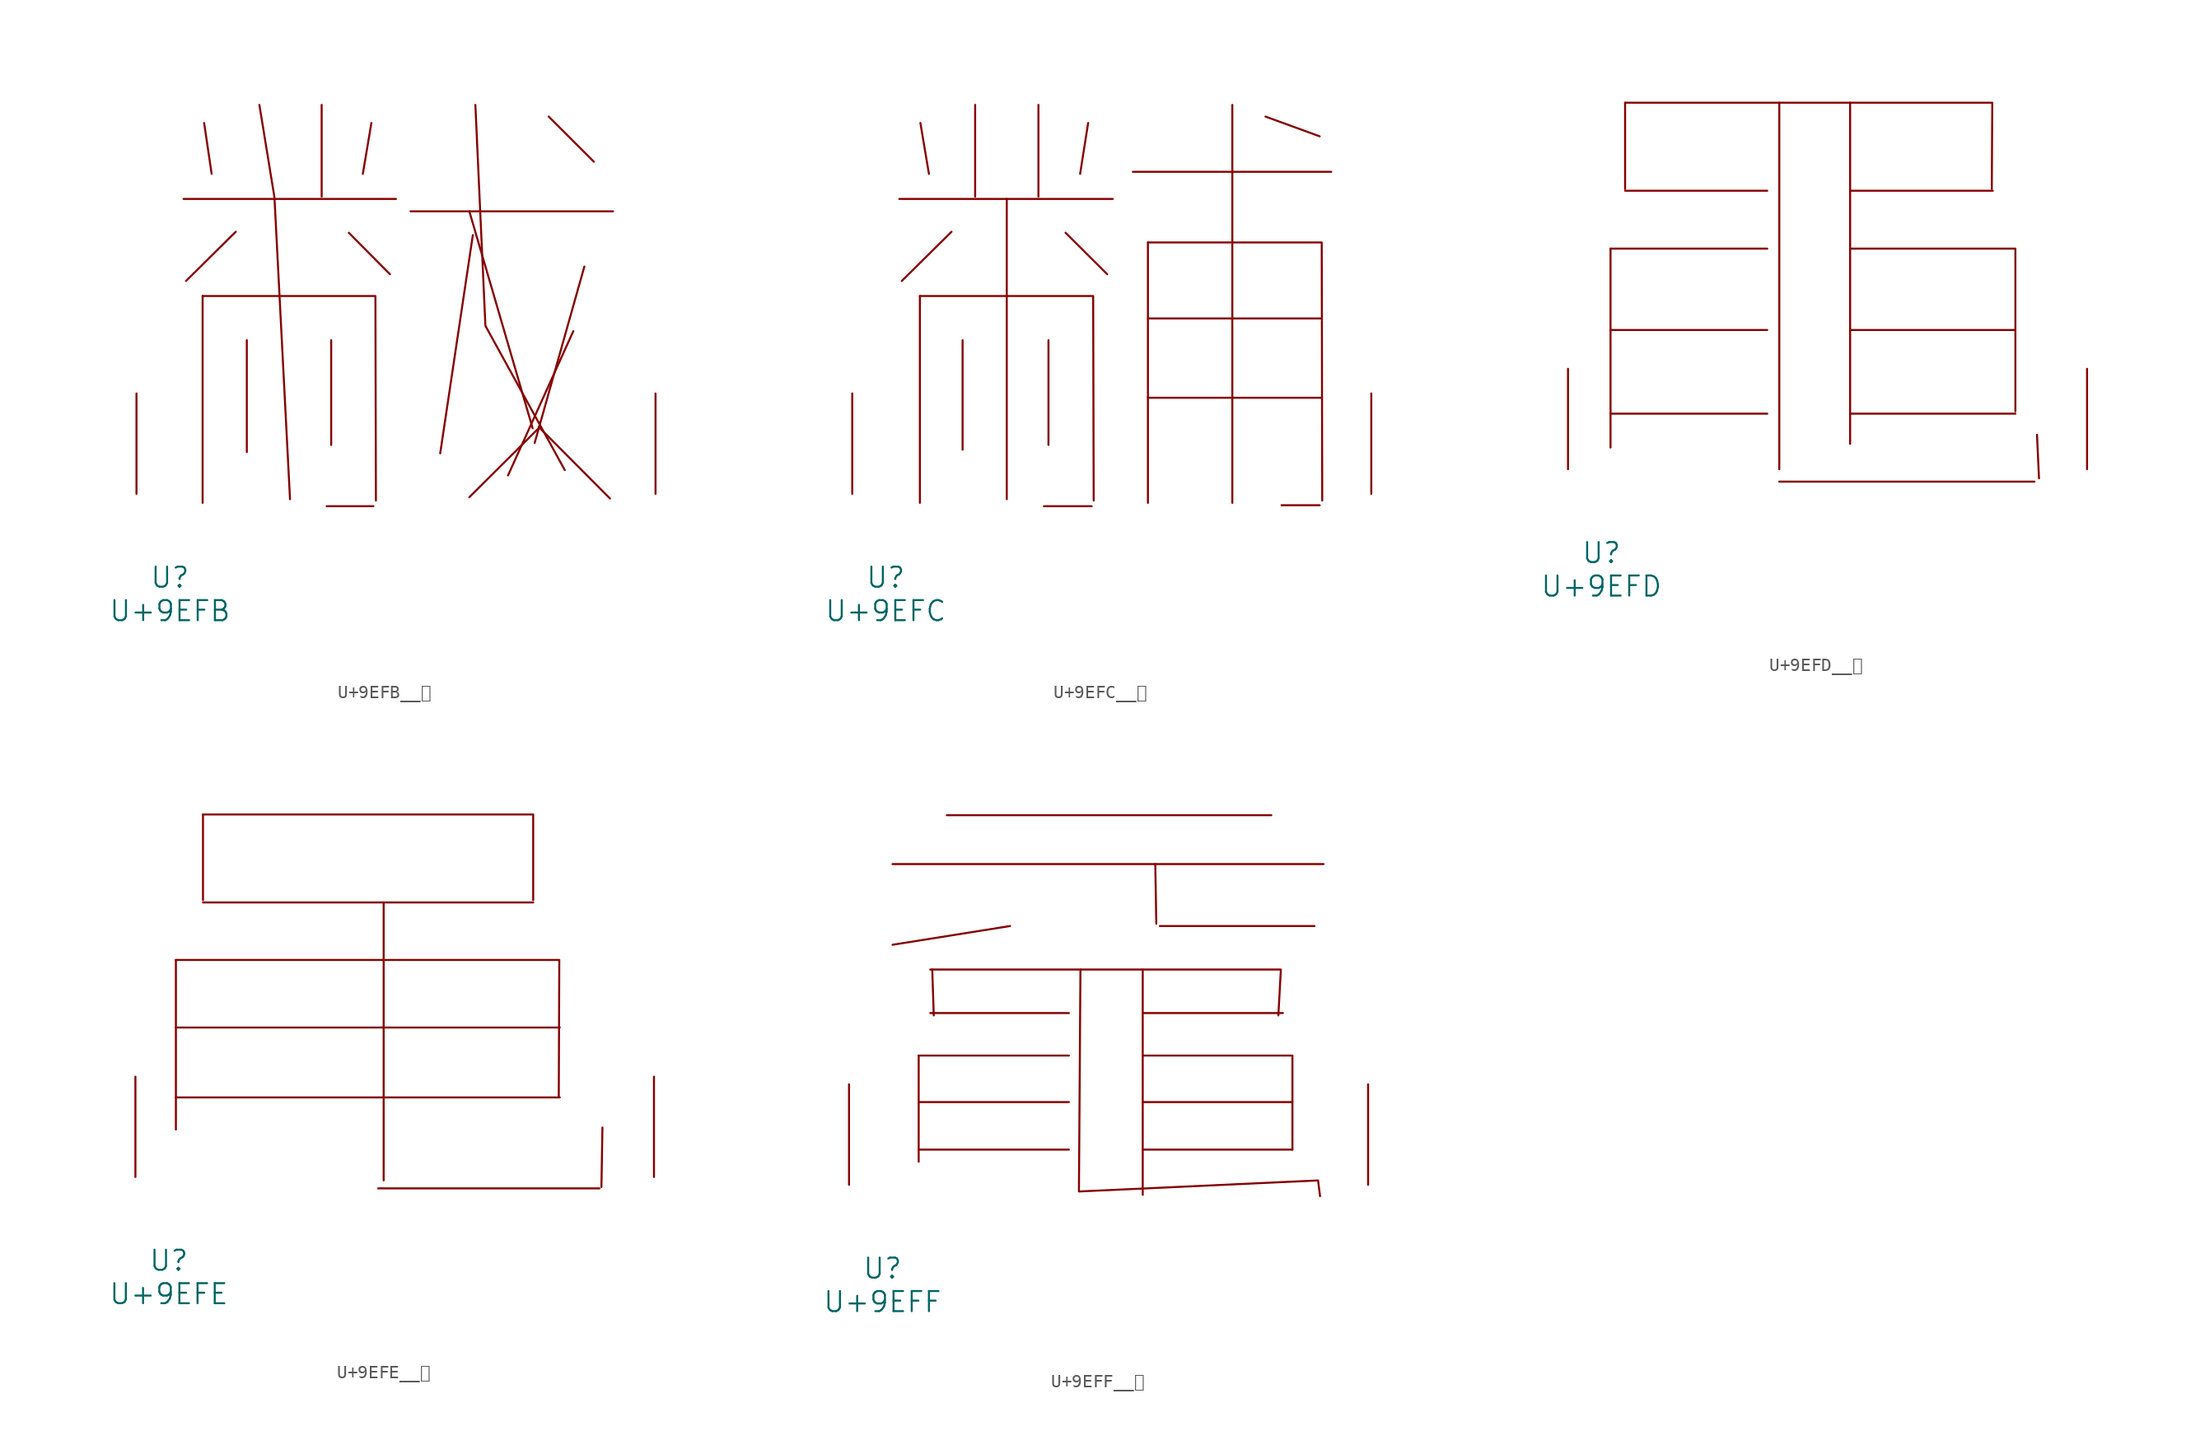
<source format=kicad_sym>
(kicad_symbol_lib
  (version 20231120)
  (generator "kicad_symbol_editor")
  (generator_version "8.0")
  (symbol "U+9EFB__黻"
    (pin_names
      (offset 1.016))
    (property "Reference" "U"
      (at 0 -6.35 0)
      (effects (font (size 1.524 1.524))))
    (property "Value" "U+9EFB"
      (at 0 -8.89 0)
      (effects (font (size 1.524 1.524))))
    (symbol "U+9EFB__黻_0_1"
      (polyline (pts (xy 1.029 22.377) (xy 17.145 22.377)) (stroke (width 0) (type solid)) (fill (type none)))
      (polyline (pts (xy 2.477 15.011) (xy 2.477 -0.686)) (stroke (width 0) (type solid)) (fill (type none)))
      (polyline (pts (xy 2.591 28.143) (xy 3.162 24.282)) (stroke (width 0) (type solid)) (fill (type none)))
      (polyline (pts (xy 4.991 19.888) (xy 1.219 16.154)) (stroke (width 0) (type solid)) (fill (type none)))
      (polyline (pts (xy 5.829 11.659) (xy 5.829 3.175)) (stroke (width 0) (type solid)) (fill (type none)))
      (polyline (pts (xy 11.506 29.515) (xy 11.506 22.555)) (stroke (width 0) (type solid)) (fill (type none)))
      (polyline (pts (xy 11.887 -0.94) (xy 15.431 -0.94)) (stroke (width 0) (type solid)) (fill (type none)))
      (polyline (pts (xy 12.23 11.659) (xy 12.23 3.708)) (stroke (width 0) (type solid)) (fill (type none)))
      (polyline (pts (xy 13.564 19.812) (xy 16.688 16.662)) (stroke (width 0) (type solid)) (fill (type none)))
      (polyline (pts (xy 15.278 28.143) (xy 14.63 24.282)) (stroke (width 0) (type solid)) (fill (type none)))
      (polyline (pts (xy 18.25 21.438) (xy 33.604 21.438)) (stroke (width 0) (type solid)) (fill (type none)))
      (polyline (pts (xy 22.708 21.438) (xy 27.508 4.978)) (stroke (width 0) (type solid)) (fill (type none)))
      (polyline (pts (xy 22.974 19.634) (xy 20.498 3.073)) (stroke (width 0) (type solid)) (fill (type none)))
      (polyline (pts (xy 27.965 4.978) (xy 22.708 -0.254)) (stroke (width 0) (type solid)) (fill (type none)))
      (polyline (pts (xy 27.965 5.08) (xy 33.376 -0.356)) (stroke (width 0) (type solid)) (fill (type none)))
      (polyline (pts (xy 28.727 28.626) (xy 32.156 25.197)) (stroke (width 0) (type solid)) (fill (type none)))
      (polyline (pts (xy 30.594 12.344) (xy 25.641 1.397)) (stroke (width 0) (type solid)) (fill (type none)))
      (polyline (pts (xy 31.433 17.247) (xy 27.661 3.861)) (stroke (width 0) (type solid)) (fill (type none)))
      (polyline (pts (xy 2.477 15.011) (xy 15.583 15.011) (xy 15.621 -0.508)) (stroke (width 0) (type solid)) (fill (type none)))
      (polyline (pts (xy 6.782 29.515) (xy 7.925 22.504) (xy 9.106 -0.406)) (stroke (width 0) (type solid)) (fill (type none)))
      (polyline (pts (xy 23.165 29.515) (xy 23.927 12.751) (xy 29.947 1.803)) (stroke (width 0) (type solid)) (fill (type none)))
      (pin input line (at -2.54 0 90) (length 7.62) (name "~" (effects (font (size 1.27 1.27)))) (number "~" (effects (font (size 1.27 1.27)))))
      (pin input line (at 36.83 0 90) (length 7.62) (name "~" (effects (font (size 1.27 1.27)))) (number "~" (effects (font (size 1.27 1.27)))))))
  (symbol "U+9EFC__黼"
    (pin_names
      (offset 1.016))
    (property "Reference" "U"
      (at 0 -6.35 0)
      (effects (font (size 1.524 1.524))))
    (property "Value" "U+9EFC"
      (at 0 -8.89 0)
      (effects (font (size 1.524 1.524))))
    (symbol "U+9EFC__黼_0_1"
      (polyline (pts (xy 1.029 22.377) (xy 17.221 22.377)) (stroke (width 0) (type solid)) (fill (type none)))
      (polyline (pts (xy 2.591 15.011) (xy 2.591 -0.686)) (stroke (width 0) (type solid)) (fill (type none)))
      (polyline (pts (xy 2.629 28.143) (xy 3.277 24.282)) (stroke (width 0) (type solid)) (fill (type none)))
      (polyline (pts (xy 4.991 19.888) (xy 1.219 16.154)) (stroke (width 0) (type solid)) (fill (type none)))
      (polyline (pts (xy 5.829 11.659) (xy 5.829 3.353)) (stroke (width 0) (type solid)) (fill (type none)))
      (polyline (pts (xy 6.782 29.515) (xy 6.782 22.555)) (stroke (width 0) (type solid)) (fill (type none)))
      (polyline (pts (xy 9.182 22.377) (xy 9.182 -0.406)) (stroke (width 0) (type solid)) (fill (type none)))
      (polyline (pts (xy 11.582 29.515) (xy 11.582 22.555)) (stroke (width 0) (type solid)) (fill (type none)))
      (polyline (pts (xy 12.002 -0.94) (xy 15.621 -0.94)) (stroke (width 0) (type solid)) (fill (type none)))
      (polyline (pts (xy 12.344 11.659) (xy 12.344 3.708)) (stroke (width 0) (type solid)) (fill (type none)))
      (polyline (pts (xy 13.64 19.812) (xy 16.802 16.662)) (stroke (width 0) (type solid)) (fill (type none)))
      (polyline (pts (xy 15.354 28.143) (xy 14.745 24.282)) (stroke (width 0) (type solid)) (fill (type none)))
      (polyline (pts (xy 18.745 24.435) (xy 33.795 24.435)) (stroke (width 0) (type solid)) (fill (type none)))
      (polyline (pts (xy 19.888 7.29) (xy 33.033 7.29)) (stroke (width 0) (type solid)) (fill (type none)))
      (polyline (pts (xy 19.888 13.31) (xy 33.033 13.31)) (stroke (width 0) (type solid)) (fill (type none)))
      (polyline (pts (xy 19.888 19.075) (xy 19.888 -0.686)) (stroke (width 0) (type solid)) (fill (type none)))
      (polyline (pts (xy 26.289 29.515) (xy 26.289 -0.686)) (stroke (width 0) (type solid)) (fill (type none)))
      (polyline (pts (xy 28.804 28.626) (xy 32.918 27.127)) (stroke (width 0) (type solid)) (fill (type none)))
      (polyline (pts (xy 30.023 -0.864) (xy 32.918 -0.864)) (stroke (width 0) (type solid)) (fill (type none)))
      (polyline (pts (xy 2.591 15.011) (xy 15.735 15.011) (xy 15.773 -0.508)) (stroke (width 0) (type solid)) (fill (type none)))
      (polyline (pts (xy 19.888 19.075) (xy 33.071 19.075) (xy 33.109 -0.508)) (stroke (width 0) (type solid)) (fill (type none)))
      (pin input line (at -2.54 0 90) (length 7.62) (name "~" (effects (font (size 1.27 1.27)))) (number "~" (effects (font (size 1.27 1.27)))))
      (pin input line (at 36.83 0 90) (length 7.62) (name "~" (effects (font (size 1.27 1.27)))) (number "~" (effects (font (size 1.27 1.27)))))))
  (symbol "U+9EFD__黽"
    (pin_names
      (offset 1.016))
    (property "Reference" "U"
      (at 0 -6.35 0)
      (effects (font (size 1.524 1.524))))
    (property "Value" "U+9EFD"
      (at 0 -8.89 0)
      (effects (font (size 1.524 1.524))))
    (symbol "U+9EFD__黽_0_1"
      (polyline (pts (xy 0.686 4.216) (xy 12.573 4.216)) (stroke (width 0) (type solid)) (fill (type none)))
      (polyline (pts (xy 0.686 10.566) (xy 12.573 10.566)) (stroke (width 0) (type solid)) (fill (type none)))
      (polyline (pts (xy 0.686 16.739) (xy 0.686 1.651)) (stroke (width 0) (type solid)) (fill (type none)))
      (polyline (pts (xy 0.686 16.739) (xy 12.573 16.739)) (stroke (width 0) (type solid)) (fill (type none)))
      (polyline (pts (xy 1.791 21.133) (xy 12.573 21.133)) (stroke (width 0) (type solid)) (fill (type none)))
      (polyline (pts (xy 1.791 27.813) (xy 1.791 21.26)) (stroke (width 0) (type solid)) (fill (type none)))
      (polyline (pts (xy 13.487 -0.94) (xy 32.842 -0.94)) (stroke (width 0) (type solid)) (fill (type none)))
      (polyline (pts (xy 13.487 27.813) (xy 13.487 0)) (stroke (width 0) (type solid)) (fill (type none)))
      (polyline (pts (xy 18.86 4.216) (xy 31.394 4.216)) (stroke (width 0) (type solid)) (fill (type none)))
      (polyline (pts (xy 18.86 10.566) (xy 31.394 10.566)) (stroke (width 0) (type solid)) (fill (type none)))
      (polyline (pts (xy 18.86 21.133) (xy 29.68 21.133)) (stroke (width 0) (type solid)) (fill (type none)))
      (polyline (pts (xy 18.86 27.813) (xy 18.86 1.93)) (stroke (width 0) (type solid)) (fill (type none)))
      (polyline (pts (xy 33.033 2.616) (xy 33.185 -0.686)) (stroke (width 0) (type solid)) (fill (type none)))
      (polyline (pts (xy 1.791 27.813) (xy 29.642 27.813) (xy 29.604 21.26)) (stroke (width 0) (type solid)) (fill (type none)))
      (polyline (pts (xy 18.86 16.739) (xy 31.394 16.739) (xy 31.394 4.394)) (stroke (width 0) (type solid)) (fill (type none)))
      (pin input line (at -2.54 0 90) (length 7.62) (name "~" (effects (font (size 1.27 1.27)))) (number "~" (effects (font (size 1.27 1.27)))))
      (pin input line (at 36.83 0 90) (length 7.62) (name "~" (effects (font (size 1.27 1.27)))) (number "~" (effects (font (size 1.27 1.27)))))))
  (symbol "U+9EFE__黾"
    (pin_names
      (offset 1.016))
    (property "Reference" "U"
      (at 0 -6.35 0)
      (effects (font (size 1.524 1.524))))
    (property "Value" "U+9EFE"
      (at 0 -8.89 0)
      (effects (font (size 1.524 1.524))))
    (symbol "U+9EFE__黾_0_1"
      (polyline (pts (xy 0.533 6.045) (xy 29.68 6.045)) (stroke (width 0) (type solid)) (fill (type none)))
      (polyline (pts (xy 0.533 11.354) (xy 29.68 11.354)) (stroke (width 0) (type solid)) (fill (type none)))
      (polyline (pts (xy 0.533 16.485) (xy 0.533 3.607)) (stroke (width 0) (type solid)) (fill (type none)))
      (polyline (pts (xy 2.591 20.853) (xy 27.661 20.853)) (stroke (width 0) (type solid)) (fill (type none)))
      (polyline (pts (xy 2.591 27.534) (xy 2.591 21.031)) (stroke (width 0) (type solid)) (fill (type none)))
      (polyline (pts (xy 15.888 -0.864) (xy 32.69 -0.864)) (stroke (width 0) (type solid)) (fill (type none)))
      (polyline (pts (xy 16.307 20.853) (xy 16.307 -0.254)) (stroke (width 0) (type solid)) (fill (type none)))
      (polyline (pts (xy 32.918 3.759) (xy 32.842 -0.762)) (stroke (width 0) (type solid)) (fill (type none)))
      (polyline (pts (xy 0.533 16.485) (xy 29.642 16.485) (xy 29.604 6.096)) (stroke (width 0) (type solid)) (fill (type none)))
      (polyline (pts (xy 2.591 27.534) (xy 27.661 27.534) (xy 27.661 21.031)) (stroke (width 0) (type solid)) (fill (type none)))
      (pin input line (at -2.54 0 90) (length 7.62) (name "~" (effects (font (size 1.27 1.27)))) (number "~" (effects (font (size 1.27 1.27)))))
      (pin input line (at 36.83 0 90) (length 7.62) (name "~" (effects (font (size 1.27 1.27)))) (number "~" (effects (font (size 1.27 1.27)))))))
  (symbol "U+9EFF__黿"
    (pin_names
      (offset 1.016))
    (property "Reference" "U"
      (at 0 -6.35 0)
      (effects (font (size 1.524 1.524))))
    (property "Value" "U+9EFF"
      (at 0 -8.89 0)
      (effects (font (size 1.524 1.524))))
    (symbol "U+9EFF__黿_0_1"
      (polyline (pts (xy 0.762 24.333) (xy 33.452 24.333)) (stroke (width 0) (type solid)) (fill (type none)))
      (polyline (pts (xy 2.743 2.667) (xy 14.135 2.667)) (stroke (width 0) (type solid)) (fill (type none)))
      (polyline (pts (xy 2.743 6.274) (xy 14.135 6.274)) (stroke (width 0) (type solid)) (fill (type none)))
      (polyline (pts (xy 2.743 9.804) (xy 2.743 1.753)) (stroke (width 0) (type solid)) (fill (type none)))
      (polyline (pts (xy 2.743 9.804) (xy 14.135 9.804)) (stroke (width 0) (type solid)) (fill (type none)))
      (polyline (pts (xy 3.619 13.03) (xy 14.135 13.03)) (stroke (width 0) (type solid)) (fill (type none)))
      (polyline (pts (xy 3.772 16.332) (xy 3.886 12.852)) (stroke (width 0) (type solid)) (fill (type none)))
      (polyline (pts (xy 4.877 28.042) (xy 29.489 28.042)) (stroke (width 0) (type solid)) (fill (type none)))
      (polyline (pts (xy 9.677 19.634) (xy 0.762 18.212)) (stroke (width 0) (type solid)) (fill (type none)))
      (polyline (pts (xy 19.736 2.667) (xy 31.09 2.667)) (stroke (width 0) (type solid)) (fill (type none)))
      (polyline (pts (xy 19.736 6.274) (xy 31.09 6.274)) (stroke (width 0) (type solid)) (fill (type none)))
      (polyline (pts (xy 19.736 13.03) (xy 30.366 13.03)) (stroke (width 0) (type solid)) (fill (type none)))
      (polyline (pts (xy 19.736 16.332) (xy 19.736 -0.762)) (stroke (width 0) (type solid)) (fill (type none)))
      (polyline (pts (xy 20.688 24.333) (xy 20.765 19.812)) (stroke (width 0) (type solid)) (fill (type none)))
      (polyline (pts (xy 21.031 19.634) (xy 32.766 19.634)) (stroke (width 0) (type solid)) (fill (type none)))
      (polyline (pts (xy 3.619 16.332) (xy 30.213 16.332) (xy 30.023 12.852)) (stroke (width 0) (type solid)) (fill (type none)))
      (polyline (pts (xy 19.736 9.804) (xy 31.09 9.804) (xy 31.09 2.667)) (stroke (width 0) (type solid)) (fill (type none)))
      (polyline (pts (xy 15.011 16.332) (xy 14.897 -0.508) (xy 33.033 0.33) (xy 33.185 -0.864)) (stroke (width 0) (type solid)) (fill (type none)))
      (pin input line (at -2.54 0 90) (length 7.62) (name "~" (effects (font (size 1.27 1.27)))) (number "~" (effects (font (size 1.27 1.27)))))
      (pin input line (at 36.83 0 90) (length 7.62) (name "~" (effects (font (size 1.27 1.27)))) (number "~" (effects (font (size 1.27 1.27))))))))
</source>
